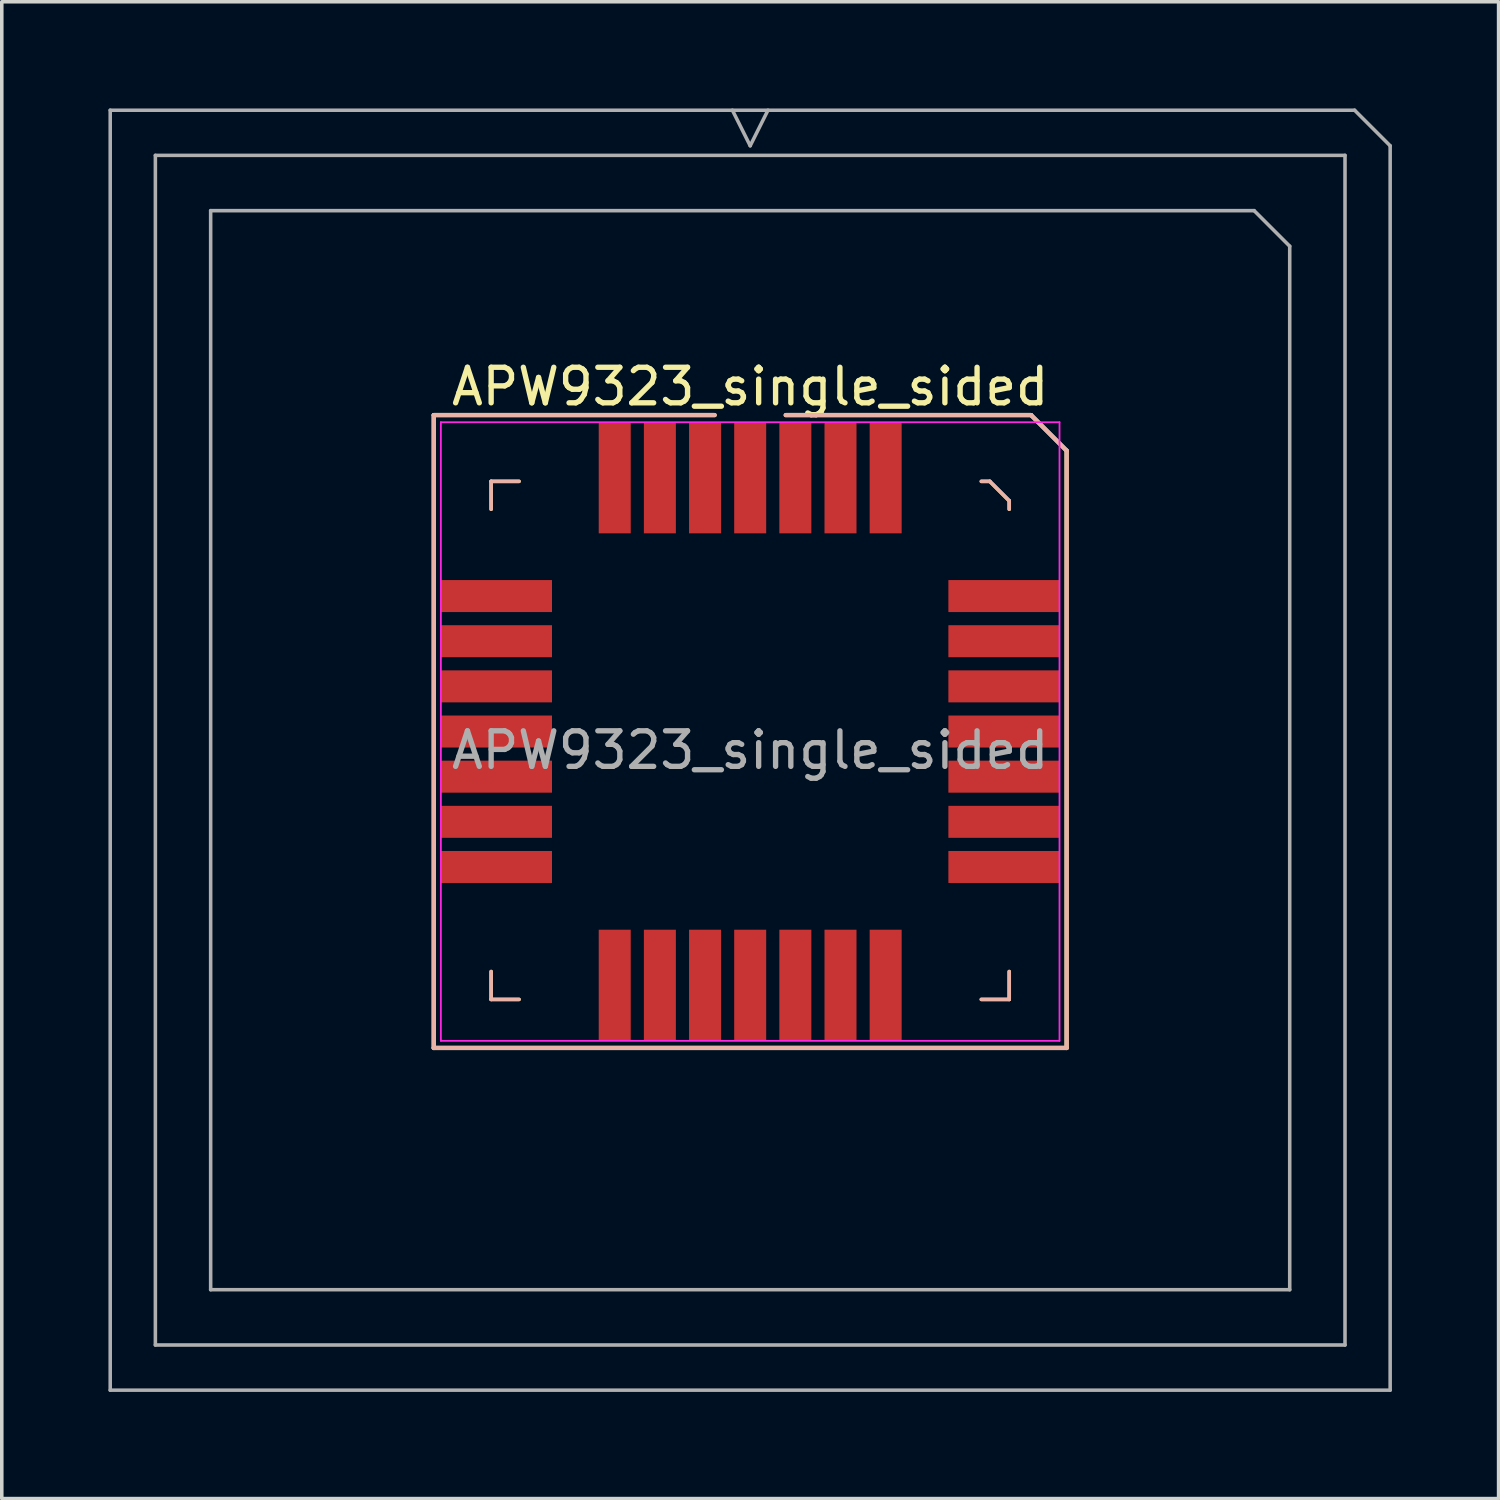
<source format=kicad_pcb>
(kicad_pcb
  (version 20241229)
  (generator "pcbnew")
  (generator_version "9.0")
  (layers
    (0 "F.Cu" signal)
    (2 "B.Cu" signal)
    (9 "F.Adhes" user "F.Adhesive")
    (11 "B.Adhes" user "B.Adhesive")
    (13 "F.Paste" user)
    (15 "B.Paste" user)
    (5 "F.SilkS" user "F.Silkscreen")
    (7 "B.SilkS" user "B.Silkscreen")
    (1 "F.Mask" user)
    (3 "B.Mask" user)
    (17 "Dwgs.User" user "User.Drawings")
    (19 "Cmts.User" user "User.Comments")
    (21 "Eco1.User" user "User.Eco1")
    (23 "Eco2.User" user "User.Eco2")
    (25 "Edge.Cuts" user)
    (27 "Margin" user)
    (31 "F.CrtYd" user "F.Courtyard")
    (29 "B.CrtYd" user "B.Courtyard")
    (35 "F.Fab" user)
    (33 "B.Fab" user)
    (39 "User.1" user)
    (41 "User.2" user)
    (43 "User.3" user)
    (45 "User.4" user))
  (footprint "APW9323_single_sided"
    (layer "F.Cu")
    (at 18.05 17.525)
    (property "Reference" "APW9323_single_sided" (at 0 -9.7 180) (layer "F.SilkS") (effects (font (size 1 1) (thickness 0.15))))
    (attr smd)
    (fp_line (start -8.9 -8.9) (end -1 -8.9) (stroke (width 0.12) (type solid)) (layer "F.SilkS"))
    (fp_line (start -8.9 8.9) (end -8.9 -8.9) (stroke (width 0.12) (type solid)) (layer "F.SilkS"))
    (fp_line (start -7.286 -7.036) (end -7.286 -6.252) (stroke (width 0.1) (type solid)) (layer "F.SilkS"))
    (fp_line (start -7.286 7.535) (end -7.286 6.751) (stroke (width 0.1) (type solid)) (layer "F.SilkS"))
    (fp_line (start -6.501 -7.036) (end -7.286 -7.036) (stroke (width 0.1) (type solid)) (layer "F.SilkS"))
    (fp_line (start -6.501 7.535) (end -7.286 7.535) (stroke (width 0.1) (type solid)) (layer "F.SilkS"))
    (fp_line (start 1 -8.9) (end 7.9 -8.9) (stroke (width 0.12) (type solid)) (layer "F.SilkS"))
    (fp_line (start 6.501 -7.036) (end 6.739 -7.036) (stroke (width 0.1) (type solid)) (layer "F.SilkS"))
    (fp_line (start 6.501 7.535) (end 7.286 7.535) (stroke (width 0.1) (type solid)) (layer "F.SilkS"))
    (fp_line (start 6.739 -7.036) (end 7.286 -6.489) (stroke (width 0.1) (type solid)) (layer "F.SilkS"))
    (fp_line (start 7.286 -6.489) (end 7.286 -6.252) (stroke (width 0.1) (type solid)) (layer "F.SilkS"))
    (fp_line (start 7.286 7.535) (end 7.286 6.751) (stroke (width 0.1) (type solid)) (layer "F.SilkS"))
    (fp_line (start 7.9 -8.9) (end 8.9 -7.9) (stroke (width 0.12) (type solid)) (layer "F.SilkS"))
    (fp_line (start 8.9 -7.9) (end 8.9 8.9) (stroke (width 0.12) (type solid)) (layer "F.SilkS"))
    (fp_line (start 8.9 8.9) (end -8.9 8.9) (stroke (width 0.12) (type solid)) (layer "F.SilkS"))
    (fp_line (start -8.9 -8.9) (end -1 -8.9) (stroke (width 0.12) (type solid)) (layer "B.SilkS"))
    (fp_line (start -8.9 8.9) (end -8.9 -8.9) (stroke (width 0.12) (type solid)) (layer "B.SilkS"))
    (fp_line (start -7.286 -7.036) (end -7.286 -6.252) (stroke (width 0.1) (type solid)) (layer "B.SilkS"))
    (fp_line (start -7.286 7.535) (end -7.286 6.751) (stroke (width 0.1) (type solid)) (layer "B.SilkS"))
    (fp_line (start -6.501 -7.036) (end -7.286 -7.036) (stroke (width 0.1) (type solid)) (layer "B.SilkS"))
    (fp_line (start -6.501 7.535) (end -7.286 7.535) (stroke (width 0.1) (type solid)) (layer "B.SilkS"))
    (fp_line (start 1 -8.9) (end 7.9 -8.9) (stroke (width 0.12) (type solid)) (layer "B.SilkS"))
    (fp_line (start 6.501 -7.036) (end 6.739 -7.036) (stroke (width 0.1) (type solid)) (layer "B.SilkS"))
    (fp_line (start 6.501 7.535) (end 7.286 7.535) (stroke (width 0.1) (type solid)) (layer "B.SilkS"))
    (fp_line (start 6.739 -7.036) (end 7.286 -6.489) (stroke (width 0.1) (type solid)) (layer "B.SilkS"))
    (fp_line (start 7.286 -6.489) (end 7.286 -6.252) (stroke (width 0.1) (type solid)) (layer "B.SilkS"))
    (fp_line (start 7.286 7.535) (end 7.286 6.751) (stroke (width 0.1) (type solid)) (layer "B.SilkS"))
    (fp_line (start 7.9 -8.9) (end 8.9 -7.9) (stroke (width 0.12) (type solid)) (layer "B.SilkS"))
    (fp_line (start 8.9 -7.9) (end 8.9 8.9) (stroke (width 0.12) (type solid)) (layer "B.SilkS"))
    (fp_line (start 8.9 8.9) (end -8.9 8.9) (stroke (width 0.12) (type solid)) (layer "B.SilkS"))
    (fp_line (start -8.7 -8.7) (end 8.7 -8.7) (stroke (width 0.05) (type solid)) (layer "F.CrtYd"))
    (fp_line (start -8.7 8.7) (end -8.7 -8.7) (stroke (width 0.05) (type solid)) (layer "F.CrtYd"))
    (fp_line (start 8.7 -8.7) (end 8.7 8.7) (stroke (width 0.05) (type solid)) (layer "F.CrtYd"))
    (fp_line (start 8.7 8.7) (end -8.7 8.7) (stroke (width 0.05) (type solid)) (layer "F.CrtYd"))
    (fp_line (start -18 -17.475) (end 17 -17.475) (stroke (width 0.1) (type solid)) (layer "F.Fab"))
    (fp_line (start -18 18.525) (end -18 -17.475) (stroke (width 0.1) (type solid)) (layer "F.Fab"))
    (fp_line (start -16.73 -16.205) (end 16.73 -16.205) (stroke (width 0.1) (type solid)) (layer "F.Fab"))
    (fp_line (start -16.73 17.255) (end -16.73 -16.205) (stroke (width 0.1) (type solid)) (layer "F.Fab"))
    (fp_line (start -15.175 -14.65) (end 14.175 -14.65) (stroke (width 0.1) (type solid)) (layer "F.Fab"))
    (fp_line (start -15.175 15.7) (end -15.175 -14.65) (stroke (width 0.1) (type solid)) (layer "F.Fab"))
    (fp_line (start 0 -16.475) (end -0.5 -17.475) (stroke (width 0.1) (type solid)) (layer "F.Fab"))
    (fp_line (start 0.5 -17.475) (end 0 -16.475) (stroke (width 0.1) (type solid)) (layer "F.Fab"))
    (fp_line (start 14.175 -14.65) (end 15.175 -13.65) (stroke (width 0.1) (type solid)) (layer "F.Fab"))
    (fp_line (start 15.175 -13.65) (end 15.175 15.7) (stroke (width 0.1) (type solid)) (layer "F.Fab"))
    (fp_line (start 15.175 15.7) (end -15.175 15.7) (stroke (width 0.1) (type solid)) (layer "F.Fab"))
    (fp_line (start 16.73 -16.205) (end 16.73 17.255) (stroke (width 0.1) (type solid)) (layer "F.Fab"))
    (fp_line (start 16.73 17.255) (end -16.73 17.255) (stroke (width 0.1) (type solid)) (layer "F.Fab"))
    (fp_line (start 17 -17.475) (end 18 -16.475) (stroke (width 0.1) (type solid)) (layer "F.Fab"))
    (fp_line (start 18 -16.475) (end 18 18.525) (stroke (width 0.1) (type solid)) (layer "F.Fab"))
    (fp_line (start 18 18.525) (end -18 18.525) (stroke (width 0.1) (type solid)) (layer "F.Fab"))
    (fp_text user "${REFERENCE}" (at 0 0.525 180) (layer "F.Fab") (effects (font (size 1 1) (thickness 0.15))))
    (pad "1" smd rect (at 0 -7.137) (size 0.9 3.125) (layers "F.Cu" "F.Mask" "F.Paste"))
    (pad "2" smd rect (at 1.27 -7.137) (size 0.9 3.125) (layers "F.Cu" "F.Mask" "F.Paste"))
    (pad "3" smd rect (at 2.54 -7.137) (size 0.9 3.125) (layers "F.Cu" "F.Mask" "F.Paste"))
    (pad "4" smd rect (at 3.81 -7.137) (size 0.9 3.125) (layers "F.Cu" "F.Mask" "F.Paste"))
    (pad "5" smd rect (at 7.137 -3.81) (size 3.125 0.9) (layers "F.Cu" "F.Mask" "F.Paste"))
    (pad "6" smd rect (at 7.137 -2.54) (size 3.125 0.9) (layers "F.Cu" "F.Mask" "F.Paste"))
    (pad "7" smd rect (at 7.137 -1.27) (size 3.125 0.9) (layers "F.Cu" "F.Mask" "F.Paste"))
    (pad "8" smd rect (at 7.137 0) (size 3.125 0.9) (layers "F.Cu" "F.Mask" "F.Paste"))
    (pad "9" smd rect (at 7.137 1.27) (size 3.125 0.9) (layers "F.Cu" "F.Mask" "F.Paste"))
    (pad "10" smd rect (at 7.137 2.54) (size 3.125 0.9) (layers "F.Cu" "F.Mask" "F.Paste"))
    (pad "11" smd rect (at 7.137 3.81) (size 3.125 0.9) (layers "F.Cu" "F.Mask" "F.Paste"))
    (pad "12" smd rect (at 3.81 7.137) (size 0.9 3.125) (layers "F.Cu" "F.Mask" "F.Paste"))
    (pad "13" smd rect (at 2.54 7.137) (size 0.9 3.125) (layers "F.Cu" "F.Mask" "F.Paste"))
    (pad "14" smd rect (at 1.27 7.137) (size 0.9 3.125) (layers "F.Cu" "F.Mask" "F.Paste"))
    (pad "15" smd rect (at 0 7.137) (size 0.9 3.125) (layers "F.Cu" "F.Mask" "F.Paste"))
    (pad "16" smd rect (at -1.27 7.137) (size 0.9 3.125) (layers "F.Cu" "F.Mask" "F.Paste"))
    (pad "17" smd rect (at -2.54 7.137) (size 0.9 3.125) (layers "F.Cu" "F.Mask" "F.Paste"))
    (pad "18" smd rect (at -3.81 7.137) (size 0.9 3.125) (layers "F.Cu" "F.Mask" "F.Paste"))
    (pad "19" smd rect (at -7.137 3.81) (size 3.125 0.9) (layers "F.Cu" "F.Mask" "F.Paste"))
    (pad "20" smd rect (at -7.137 2.54) (size 3.125 0.9) (layers "F.Cu" "F.Mask" "F.Paste"))
    (pad "21" smd rect (at -7.137 1.27) (size 3.125 0.9) (layers "F.Cu" "F.Mask" "F.Paste"))
    (pad "22" smd rect (at -7.137 0) (size 3.125 0.9) (layers "F.Cu" "F.Mask" "F.Paste"))
    (pad "23" smd rect (at -7.137 -1.27) (size 3.125 0.9) (layers "F.Cu" "F.Mask" "F.Paste"))
    (pad "24" smd rect (at -7.137 -2.54) (size 3.125 0.9) (layers "F.Cu" "F.Mask" "F.Paste"))
    (pad "25" smd rect (at -7.137 -3.81) (size 3.125 0.9) (layers "F.Cu" "F.Mask" "F.Paste"))
    (pad "26" smd rect (at -3.81 -7.137) (size 0.9 3.125) (layers "F.Cu" "F.Mask" "F.Paste"))
    (pad "27" smd rect (at -2.54 -7.137) (size 0.9 3.125) (layers "F.Cu" "F.Mask" "F.Paste"))
    (pad "28" smd rect (at -1.27 -7.137) (size 0.9 3.125) (layers "F.Cu" "F.Mask" "F.Paste")))
  (gr_rect
    (start -3 -3)
    (end 39.1 39.1)
    (stroke (width 0.1) (type default))
    (fill no)
    (layer "Edge.Cuts")))
</source>
